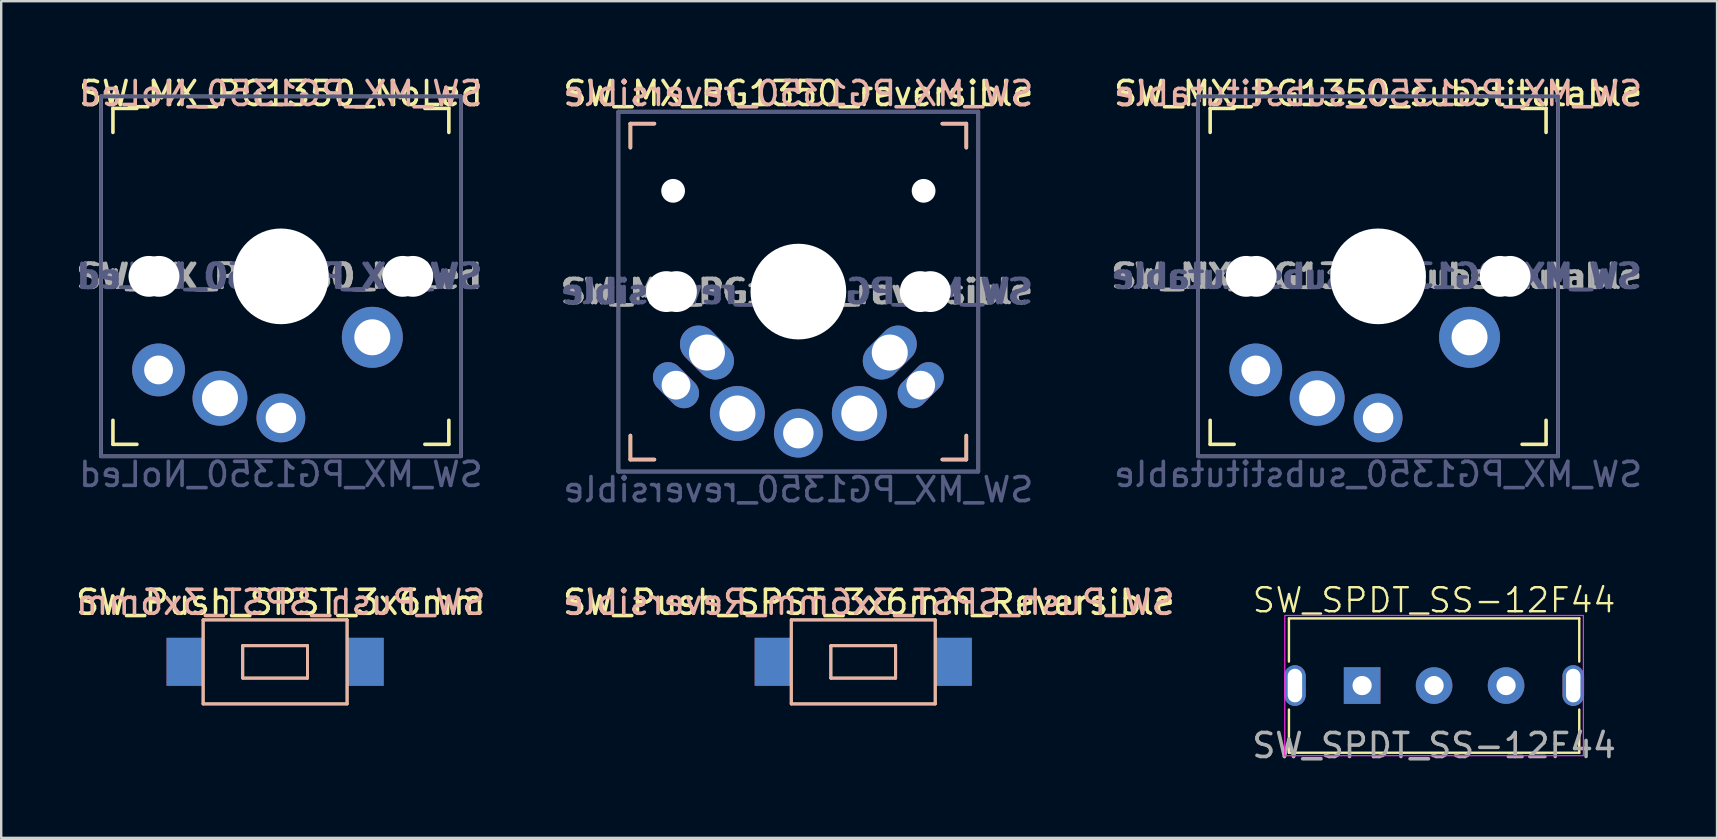
<source format=kicad_pcb>
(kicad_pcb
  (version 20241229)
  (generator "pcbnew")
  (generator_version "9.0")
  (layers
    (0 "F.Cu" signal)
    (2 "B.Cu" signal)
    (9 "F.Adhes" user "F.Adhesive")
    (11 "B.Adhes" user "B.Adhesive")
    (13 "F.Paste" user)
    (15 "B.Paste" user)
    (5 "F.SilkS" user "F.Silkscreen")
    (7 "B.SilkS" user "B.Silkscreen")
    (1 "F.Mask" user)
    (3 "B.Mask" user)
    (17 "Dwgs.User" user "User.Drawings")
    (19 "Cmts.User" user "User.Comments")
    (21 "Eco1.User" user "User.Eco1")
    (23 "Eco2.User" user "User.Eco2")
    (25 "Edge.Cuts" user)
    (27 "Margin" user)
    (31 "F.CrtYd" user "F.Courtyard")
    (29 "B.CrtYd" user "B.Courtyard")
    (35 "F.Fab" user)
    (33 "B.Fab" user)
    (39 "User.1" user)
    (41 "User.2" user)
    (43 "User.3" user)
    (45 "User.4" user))
  (footprint "SW_MX_PG1350_substitutable"
    (layer "F.Cu")
    (at 54.387 8.468)
    (property "Reference" "SW_MX_PG1350_substitutable" (at 0 -7.62 0) (layer "F.SilkS") (effects (font (size 1 1) (thickness 0.15))))
    (property "Value" "SW_MX_PG1350_substitutable" (at 0 8.255 0) (layer "F.Fab") (hide yes) (effects (font (size 1 1) (thickness 0.15))))
    (attr through_hole)
    (fp_line (start -7 -7) (end -6 -7) (stroke (width 0.15) (type solid)) (layer "F.SilkS"))
    (fp_line (start -7 -6) (end -7 -7) (stroke (width 0.15) (type solid)) (layer "F.SilkS"))
    (fp_line (start -7 7) (end -7 6) (stroke (width 0.15) (type solid)) (layer "F.SilkS"))
    (fp_line (start -6 7) (end -7 7) (stroke (width 0.15) (type solid)) (layer "F.SilkS"))
    (fp_line (start 6 -7) (end 7 -7) (stroke (width 0.15) (type solid)) (layer "F.SilkS"))
    (fp_line (start 7 -7) (end 7 -6) (stroke (width 0.15) (type solid)) (layer "F.SilkS"))
    (fp_line (start 7 6) (end 7 7) (stroke (width 0.15) (type solid)) (layer "F.SilkS"))
    (fp_line (start 7 7) (end 6 7) (stroke (width 0.15) (type solid)) (layer "F.SilkS"))
    (fp_rect (start -7.62 3.81) (end -5.08 6.35) (stroke (width 0.1) (type default)) (fill no) (layer "Eco1.User"))
    (fp_rect (start -5.08 2.54) (end 6.35 6.985) (stroke (width 0.1) (type default)) (fill no) (layer "Eco1.User"))
    (fp_rect (start 0.635 0.635) (end 6.35 2.54) (stroke (width 0.1) (type default)) (fill no) (layer "Eco1.User"))
    (fp_rect (start 8.89 1.27) (end 6.35 3.81) (stroke (width 0.1) (type default)) (fill no) (layer "Eco1.User"))
    (fp_line (start -6.9 6.9) (end -6.9 -6.9) (stroke (width 0.15) (type solid)) (layer "Eco2.User"))
    (fp_line (start -6.9 6.9) (end 6.9 6.9) (stroke (width 0.15) (type solid)) (layer "Eco2.User"))
    (fp_line (start 6.9 -6.9) (end -6.9 -6.9) (stroke (width 0.15) (type solid)) (layer "Eco2.User"))
    (fp_line (start 6.9 -6.9) (end 6.9 6.9) (stroke (width 0.15) (type solid)) (layer "Eco2.User"))
    (fp_line (start -7.5 -7.5) (end 7.5 -7.5) (stroke (width 0.15) (type solid)) (layer "B.Fab"))
    (fp_line (start -7.5 7.5) (end -7.5 -7.5) (stroke (width 0.15) (type solid)) (layer "B.Fab"))
    (fp_line (start 7.5 -7.5) (end 7.5 7.5) (stroke (width 0.15) (type solid)) (layer "B.Fab"))
    (fp_line (start 7.5 7.5) (end -7.5 7.5) (stroke (width 0.15) (type solid)) (layer "B.Fab"))
    (fp_line (start -7.5 -7.5) (end 7.5 -7.5) (stroke (width 0.15) (type solid)) (layer "F.Fab"))
    (fp_line (start -7.5 7.5) (end -7.5 -7.5) (stroke (width 0.15) (type solid)) (layer "F.Fab"))
    (fp_line (start 7.5 -7.5) (end 7.5 7.5) (stroke (width 0.15) (type solid)) (layer "F.Fab"))
    (fp_line (start 7.5 7.5) (end -7.5 7.5) (stroke (width 0.15) (type solid)) (layer "F.Fab"))
    (fp_rect (start -9.652 2.54) (end -6.858 5.08) (stroke (width 0.1) (type default)) (fill no) (layer "User.1"))
    (fp_rect (start -7.112 1.524) (end -2.286 6.35) (stroke (width 0.1) (type default)) (fill no) (layer "User.1"))
    (fp_rect (start -2.286 3.556) (end 2.032 8.382) (stroke (width 0.1) (type default)) (fill no) (layer "User.1"))
    (fp_rect (start 2.032 4.572) (end 4.572 7.112) (stroke (width 0.1) (type default)) (fill no) (layer "User.1"))
    (fp_line (start -2.6 -6.3) (end -2.6 -3.1) (stroke (width 0.1) (type default)) (layer "User.4"))
    (fp_line (start -2.6 -6.3) (end 2.6 -6.3) (stroke (width 0.1) (type default)) (layer "User.4"))
    (fp_line (start -2.6 -3.1) (end 2.6 -3.1) (stroke (width 0.1) (type default)) (layer "User.4"))
    (fp_line (start 2.6 -6.3) (end 2.6 -3.1) (stroke (width 0.1) (type default)) (layer "User.4"))
    (fp_text user "${REFERENCE}" (at 0 -7.62 0) (layer "B.SilkS") (effects (font (size 1 1) (thickness 0.15)) (justify mirror)))
    (fp_text user "${REFERENCE}" (at -0.127 0 180) (layer "B.Fab") (effects (font (size 1 1) (thickness 0.15)) (justify mirror)))
    (fp_text user "${VALUE}" (at 0 8.255 0) (layer "B.Fab") (effects (font (size 1 1) (thickness 0.15)) (justify mirror)))
    (fp_text user "${REFERENCE}" (at 0 0 0) (layer "B.Fab") (effects (font (size 1 1) (thickness 0.15)) (justify mirror)))
    (fp_text user "${REFERENCE}" (at -0.127 0 180) (layer "F.Fab") (effects (font (size 1 1) (thickness 0.15))))
    (fp_text user "${REFERENCE}" (at 0 0 0) (layer "F.Fab") (effects (font (size 1 1) (thickness 0.15))))
    (pad "" np_thru_hole circle (at -5.5 0) (size 1.702 1.702) (drill 1.702) (layers "*.Cu" "*.Mask"))
    (pad "" np_thru_hole circle (at -5.08 0 180) (size 1.702 1.702) (drill 1.702) (layers "*.Cu" "*.Mask"))
    (pad "" np_thru_hole circle (at 0 0 180) (size 3.988 3.988) (drill 3.988) (layers "*.Cu" "*.Mask"))
    (pad "" np_thru_hole circle (at 5.08 0 180) (size 1.702 1.702) (drill 1.702) (layers "*.Cu" "*.Mask"))
    (pad "" np_thru_hole circle (at 5.5 0) (size 1.702 1.702) (drill 1.702) (layers "*.Cu" "*.Mask"))
    (pad "1" thru_hole circle (at 0 5.9) (size 2.032 2.032) (drill 1.27) (layers "*.Cu" "*.Mask"))
    (pad "1" thru_hole circle (at 3.81 2.54 225) (size 2.54 2.54) (drill 1.5) (layers "*.Cu" "*.Mask"))
    (pad "2" thru_hole circle (at -5.1 3.9 315) (size 2.2 2.2) (drill 1.2) (layers "*.Cu" "*.Mask"))
    (pad "2" thru_hole circle (at -2.54 5.08 180) (size 2.286 2.286) (drill 1.5) (layers "*.Cu" "*.Mask")))
  (footprint "SW_Push_SPST_3x6mm"
    (layer "F.Cu")
    (at 4.641 24.536)
    (property "Reference" "SW_Push_SPST_3x6mm" (at 4.008 -2.482 180) (layer "F.SilkS") (effects (font (size 1 1) (thickness 0.15))))
    (attr through_hole)
    (fp_line (start 0.775 -1.75) (end 0.775 1.75) (stroke (width 0.12) (type solid)) (layer "F.SilkS"))
    (fp_line (start 0.775 -1.75) (end 6.775 -1.75) (stroke (width 0.12) (type solid)) (layer "F.SilkS"))
    (fp_line (start 0.775 1.75) (end 6.775 1.75) (stroke (width 0.12) (type solid)) (layer "F.SilkS"))
    (fp_line (start 2.425 -0.675) (end 2.425 0.675) (stroke (width 0.12) (type solid)) (layer "F.SilkS"))
    (fp_line (start 2.425 -0.675) (end 5.125 -0.675) (stroke (width 0.12) (type solid)) (layer "F.SilkS"))
    (fp_line (start 2.425 0.675) (end 5.125 0.675) (stroke (width 0.12) (type solid)) (layer "F.SilkS"))
    (fp_line (start 5.125 -0.675) (end 5.125 0.675) (stroke (width 0.12) (type solid)) (layer "F.SilkS"))
    (fp_line (start 6.775 -1.75) (end 6.775 1.75) (stroke (width 0.12) (type solid)) (layer "F.SilkS"))
    (fp_line (start 0.775 -1.75) (end 6.775 -1.75) (stroke (width 0.12) (type solid)) (layer "B.SilkS"))
    (fp_line (start 0.775 1.75) (end 0.775 -1.75) (stroke (width 0.12) (type solid)) (layer "B.SilkS"))
    (fp_line (start 0.775 1.75) (end 6.775 1.75) (stroke (width 0.12) (type solid)) (layer "B.SilkS"))
    (fp_line (start 2.425 -0.675) (end 5.125 -0.675) (stroke (width 0.12) (type solid)) (layer "B.SilkS"))
    (fp_line (start 2.425 0.675) (end 2.425 -0.675) (stroke (width 0.12) (type solid)) (layer "B.SilkS"))
    (fp_line (start 2.425 0.675) (end 5.125 0.675) (stroke (width 0.12) (type solid)) (layer "B.SilkS"))
    (fp_line (start 5.125 0.675) (end 5.125 -0.675) (stroke (width 0.12) (type solid)) (layer "B.SilkS"))
    (fp_line (start 6.775 1.75) (end 6.775 -1.75) (stroke (width 0.12) (type solid)) (layer "B.SilkS"))
    (fp_text user "${REFERENCE}" (at 4.008 -2.482 180) (layer "B.SilkS") (effects (font (size 1 1) (thickness 0.15)) (justify mirror)))
    (pad "1" smd rect (at 0 -0.005) (size 1.5 2) (layers "B.Cu" "B.Mask" "B.Paste"))
    (pad "1" smd rect (at 0 0) (size 1.5 2) (layers "F.Cu" "F.Mask" "F.Paste"))
    (pad "2" smd rect (at 7.55 -0.005) (size 1.5 2) (layers "B.Cu" "B.Mask" "B.Paste"))
    (pad "2" smd rect (at 7.55 0) (size 1.5 2) (layers "F.Cu" "F.Mask" "F.Paste")))
  (footprint "SW_SPDT_SS-12F44"
    (layer "F.Cu")
    (at 56.72 25.523)
    (property "Reference" "SW_SPDT_SS-12F44" (at 0 -3.556 0) (unlocked yes) (layer "F.SilkS") (effects (font (size 1 1) (thickness 0.1))))
    (attr through_hole)
    (fp_line (start -6.05 -2.8) (end -6.05 -1) (stroke (width 0.1) (type default)) (layer "F.SilkS"))
    (fp_line (start -6.05 -2.8) (end 6.05 -2.8) (stroke (width 0.1) (type default)) (layer "F.SilkS"))
    (fp_line (start -6.05 1) (end -6.05 2.8) (stroke (width 0.1) (type default)) (layer "F.SilkS"))
    (fp_line (start -6.05 2.8) (end 6.05 2.8) (stroke (width 0.1) (type default)) (layer "F.SilkS"))
    (fp_line (start 6.05 -2.8) (end 6.05 -1) (stroke (width 0.1) (type default)) (layer "F.SilkS"))
    (fp_line (start 6.05 1) (end 6.05 2.8) (stroke (width 0.1) (type default)) (layer "F.SilkS"))
    (fp_rect (start -6.223 -2.921) (end 6.223 2.921) (stroke (width 0.05) (type default)) (fill no) (layer "F.CrtYd"))
    (fp_text user "${REFERENCE}" (at 0 2.5 0) (unlocked yes) (layer "F.Fab") (effects (font (size 1 1) (thickness 0.15))))
    (pad "" np_thru_hole roundrect (at -5.8 0) (size 0.9 1.7) (drill oval 0.6 1.4) (layers "*.Cu" "*.Mask") (roundrect_rratio 0.5))
    (pad "" np_thru_hole roundrect (at 5.8 0) (size 0.9 1.7) (drill oval 0.6 1.4) (layers "*.Cu" "*.Mask") (roundrect_rratio 0.5))
    (pad "1" thru_hole rect (at -3 0) (size 1.524 1.524) (drill 0.8) (layers "*.Cu" "*.Mask"))
    (pad "2" thru_hole circle (at 0 0) (size 1.524 1.524) (drill 0.8) (layers "*.Cu" "*.Mask"))
    (pad "3" thru_hole circle (at 3 0) (size 1.524 1.524) (drill 0.8) (layers "*.Cu" "*.Mask")))
  (footprint "SW_Push_SPST_3x6mm_Reversible"
    (layer "F.Cu")
    (at 29.153 24.536)
    (property "Reference" "SW_Push_SPST_3x6mm_Reversible" (at 4.008 -2.482 180) (layer "F.SilkS") (effects (font (size 1 1) (thickness 0.15))))
    (attr through_hole)
    (fp_line (start 0.775 -1.75) (end 0.775 1.75) (stroke (width 0.12) (type solid)) (layer "F.SilkS"))
    (fp_line (start 0.775 -1.75) (end 6.775 -1.75) (stroke (width 0.12) (type solid)) (layer "F.SilkS"))
    (fp_line (start 0.775 1.75) (end 6.775 1.75) (stroke (width 0.12) (type solid)) (layer "F.SilkS"))
    (fp_line (start 2.425 -0.675) (end 2.425 0.675) (stroke (width 0.12) (type solid)) (layer "F.SilkS"))
    (fp_line (start 2.425 -0.675) (end 5.125 -0.675) (stroke (width 0.12) (type solid)) (layer "F.SilkS"))
    (fp_line (start 2.425 0.675) (end 5.125 0.675) (stroke (width 0.12) (type solid)) (layer "F.SilkS"))
    (fp_line (start 5.125 -0.675) (end 5.125 0.675) (stroke (width 0.12) (type solid)) (layer "F.SilkS"))
    (fp_line (start 6.775 -1.75) (end 6.775 1.75) (stroke (width 0.12) (type solid)) (layer "F.SilkS"))
    (fp_line (start 0.775 -1.75) (end 6.775 -1.75) (stroke (width 0.12) (type solid)) (layer "B.SilkS"))
    (fp_line (start 0.775 1.75) (end 0.775 -1.75) (stroke (width 0.12) (type solid)) (layer "B.SilkS"))
    (fp_line (start 0.775 1.75) (end 6.775 1.75) (stroke (width 0.12) (type solid)) (layer "B.SilkS"))
    (fp_line (start 2.425 -0.675) (end 5.125 -0.675) (stroke (width 0.12) (type solid)) (layer "B.SilkS"))
    (fp_line (start 2.425 0.675) (end 2.425 -0.675) (stroke (width 0.12) (type solid)) (layer "B.SilkS"))
    (fp_line (start 2.425 0.675) (end 5.125 0.675) (stroke (width 0.12) (type solid)) (layer "B.SilkS"))
    (fp_line (start 5.125 0.675) (end 5.125 -0.675) (stroke (width 0.12) (type solid)) (layer "B.SilkS"))
    (fp_line (start 6.775 1.75) (end 6.775 -1.75) (stroke (width 0.12) (type solid)) (layer "B.SilkS"))
    (fp_text user "${REFERENCE}" (at 4.008 -2.482 180) (layer "B.SilkS") (effects (font (size 1 1) (thickness 0.15)) (justify mirror)))
    (pad "1" smd rect (at 0 -0.005) (size 1.5 2) (layers "B.Cu" "B.Mask" "B.Paste"))
    (pad "1" smd rect (at 0 0) (size 1.5 2) (layers "F.Cu" "F.Mask" "F.Paste"))
    (pad "2" smd rect (at 7.55 -0.005) (size 1.5 2) (layers "B.Cu" "B.Mask" "B.Paste"))
    (pad "2" smd rect (at 7.55 0) (size 1.5 2) (layers "F.Cu" "F.Mask" "F.Paste")))
  (footprint "SW_MX_PG1350_reversible"
    (layer "F.Cu")
    (at 30.224 9.103)
    (property "Reference" "SW_MX_PG1350_reversible" (at 0 -8.255 0) (layer "F.SilkS") (effects (font (size 1 1) (thickness 0.15))))
    (property "Value" "SW_MX_PG1350_reversible" (at 0 8.255 0) (layer "F.Fab") (hide yes) (effects (font (size 1 1) (thickness 0.15))))
    (attr through_hole)
    (fp_line (start -7 -7) (end -6 -7) (stroke (width 0.15) (type solid)) (layer "F.SilkS"))
    (fp_line (start -7 -6) (end -7 -7) (stroke (width 0.15) (type solid)) (layer "F.SilkS"))
    (fp_line (start -7 7) (end -7 6) (stroke (width 0.15) (type solid)) (layer "F.SilkS"))
    (fp_line (start -6 7) (end -7 7) (stroke (width 0.15) (type solid)) (layer "F.SilkS"))
    (fp_line (start 6 -7) (end 7 -7) (stroke (width 0.15) (type solid)) (layer "F.SilkS"))
    (fp_line (start 7 -7) (end 7 -6) (stroke (width 0.15) (type solid)) (layer "F.SilkS"))
    (fp_line (start 7 6) (end 7 7) (stroke (width 0.15) (type solid)) (layer "F.SilkS"))
    (fp_line (start 7 7) (end 6 7) (stroke (width 0.15) (type solid)) (layer "F.SilkS"))
    (fp_line (start -7 -7) (end -6 -7) (stroke (width 0.15) (type solid)) (layer "B.SilkS"))
    (fp_line (start -7 -6) (end -7 -7) (stroke (width 0.15) (type solid)) (layer "B.SilkS"))
    (fp_line (start -7 7) (end -7 6) (stroke (width 0.15) (type solid)) (layer "B.SilkS"))
    (fp_line (start -6 7) (end -7 7) (stroke (width 0.15) (type solid)) (layer "B.SilkS"))
    (fp_line (start 6 -7) (end 7 -7) (stroke (width 0.15) (type solid)) (layer "B.SilkS"))
    (fp_line (start 7 -7) (end 7 -6) (stroke (width 0.15) (type solid)) (layer "B.SilkS"))
    (fp_line (start 7 6) (end 7 7) (stroke (width 0.15) (type solid)) (layer "B.SilkS"))
    (fp_line (start 7 7) (end 6 7) (stroke (width 0.15) (type solid)) (layer "B.SilkS"))
    (fp_line (start -6.9 6.9) (end -6.9 -6.9) (stroke (width 0.15) (type solid)) (layer "Eco2.User"))
    (fp_line (start -6.9 6.9) (end 6.9 6.9) (stroke (width 0.15) (type solid)) (layer "Eco2.User"))
    (fp_line (start -2.6 -3.1) (end -2.6 -6.3) (stroke (width 0.15) (type solid)) (layer "Eco2.User"))
    (fp_line (start -2.6 -3.1) (end 2.6 -3.1) (stroke (width 0.15) (type solid)) (layer "Eco2.User"))
    (fp_line (start 2.6 -6.3) (end -2.6 -6.3) (stroke (width 0.15) (type solid)) (layer "Eco2.User"))
    (fp_line (start 2.6 -3.1) (end 2.6 -6.3) (stroke (width 0.15) (type solid)) (layer "Eco2.User"))
    (fp_line (start 6.9 -6.9) (end -6.9 -6.9) (stroke (width 0.15) (type solid)) (layer "Eco2.User"))
    (fp_line (start 6.9 -6.9) (end 6.9 6.9) (stroke (width 0.15) (type solid)) (layer "Eco2.User"))
    (fp_line (start -7.5 -7.5) (end 7.5 -7.5) (stroke (width 0.15) (type solid)) (layer "B.Fab"))
    (fp_line (start -7.5 7.5) (end -7.5 -7.5) (stroke (width 0.15) (type solid)) (layer "B.Fab"))
    (fp_line (start 7.5 -7.5) (end 7.5 7.5) (stroke (width 0.15) (type solid)) (layer "B.Fab"))
    (fp_line (start 7.5 7.5) (end -7.5 7.5) (stroke (width 0.15) (type solid)) (layer "B.Fab"))
    (fp_line (start -7.5 -7.5) (end 7.5 -7.5) (stroke (width 0.15) (type solid)) (layer "F.Fab"))
    (fp_line (start -7.5 7.5) (end -7.5 -7.5) (stroke (width 0.15) (type solid)) (layer "F.Fab"))
    (fp_line (start 7.5 -7.5) (end 7.5 7.5) (stroke (width 0.15) (type solid)) (layer "F.Fab"))
    (fp_line (start 7.5 7.5) (end -7.5 7.5) (stroke (width 0.15) (type solid)) (layer "F.Fab"))
    (fp_text user "${REFERENCE}" (at 0 -8.255 0) (layer "B.SilkS") (effects (font (size 1 1) (thickness 0.15)) (justify mirror)))
    (fp_text user "${VALUE}" (at 0 8.255 0) (layer "B.Fab") (effects (font (size 1 1) (thickness 0.15)) (justify mirror)))
    (fp_text user "${REFERENCE}" (at 0 0 0) (layer "B.Fab") (effects (font (size 1 1) (thickness 0.15)) (justify mirror)))
    (fp_text user "${REFERENCE}" (at -0.127 0 180) (layer "B.Fab") (effects (font (size 1 1) (thickness 0.15)) (justify mirror)))
    (fp_text user "${REFERENCE}" (at -0.127 0 180) (layer "F.Fab") (effects (font (size 1 1) (thickness 0.15))))
    (fp_text user "${REFERENCE}" (at 0 0 0) (layer "F.Fab") (effects (font (size 1 1) (thickness 0.15))))
    (pad "" np_thru_hole circle (at -5.5 0) (size 1.702 1.702) (drill 1.702) (layers "*.Cu" "*.Mask"))
    (pad "" np_thru_hole circle (at -5.22 -4.2) (size 0.991 0.991) (drill 0.991) (layers "*.Cu" "*.Mask"))
    (pad "" np_thru_hole circle (at -5.08 0 180) (size 1.702 1.702) (drill 1.702) (layers "*.Cu" "*.Mask"))
    (pad "" np_thru_hole circle (at 0 0 180) (size 3.988 3.988) (drill 3.988) (layers "*.Cu" "*.Mask"))
    (pad "" np_thru_hole circle (at 5.08 0 180) (size 1.702 1.702) (drill 1.702) (layers "*.Cu" "*.Mask"))
    (pad "" np_thru_hole circle (at 5.22 -4.2) (size 0.991 0.991) (drill 0.991) (layers "*.Cu" "*.Mask"))
    (pad "" np_thru_hole circle (at 5.5 0) (size 1.702 1.702) (drill 1.702) (layers "*.Cu" "*.Mask"))
    (pad "1" thru_hole circle (at 0 5.9) (size 2.032 2.032) (drill 1.27) (layers "*.Cu" "*.Mask"))
    (pad "1" thru_hole circle (at 2.54 5.08 180) (size 2.286 2.286) (drill 1.499) (layers "*.Cu" "*.Mask"))
    (pad "1" thru_hole oval (at 3.81 2.54 225) (size 2.54 1.55) (drill 1.5) (layers "*.Cu" "*.Mask"))
    (pad "2" thru_hole oval (at -5.1 3.9 315) (size 2.2 1.25) (drill 1.2) (layers "*.Cu" "*.Mask"))
    (pad "2" thru_hole oval (at -3.81 2.54 315) (size 2.54 1.55) (drill 1.5) (layers "*.Cu" "*.Mask"))
    (pad "2" thru_hole circle (at -2.54 5.08 180) (size 2.286 2.286) (drill 1.499) (layers "*.Cu" "*.Mask"))
    (pad "2" thru_hole oval (at 5.1 3.9 225) (size 2.2 1.25) (drill 1.2) (layers "*.Cu" "*.Mask")))
  (footprint "SW_MX_PG1350_NoLed"
    (layer "F.Cu")
    (at 8.657 8.468)
    (property "Reference" "SW_MX_PG1350_NoLed" (at 0 -7.62 0) (layer "F.SilkS") (effects (font (size 1 1) (thickness 0.15))))
    (property "Value" "SW_MX_PG1350_NoLed" (at 0 8.255 0) (layer "F.Fab") (hide yes) (effects (font (size 1 1) (thickness 0.15))))
    (attr through_hole)
    (fp_line (start -7 -7) (end -6 -7) (stroke (width 0.15) (type solid)) (layer "F.SilkS"))
    (fp_line (start -7 -6) (end -7 -7) (stroke (width 0.15) (type solid)) (layer "F.SilkS"))
    (fp_line (start -7 7) (end -7 6) (stroke (width 0.15) (type solid)) (layer "F.SilkS"))
    (fp_line (start -6 7) (end -7 7) (stroke (width 0.15) (type solid)) (layer "F.SilkS"))
    (fp_line (start 6 -7) (end 7 -7) (stroke (width 0.15) (type solid)) (layer "F.SilkS"))
    (fp_line (start 7 -7) (end 7 -6) (stroke (width 0.15) (type solid)) (layer "F.SilkS"))
    (fp_line (start 7 6) (end 7 7) (stroke (width 0.15) (type solid)) (layer "F.SilkS"))
    (fp_line (start 7 7) (end 6 7) (stroke (width 0.15) (type solid)) (layer "F.SilkS"))
    (fp_line (start -6.9 6.9) (end -6.9 -6.9) (stroke (width 0.15) (type solid)) (layer "Eco2.User"))
    (fp_line (start -6.9 6.9) (end 6.9 6.9) (stroke (width 0.15) (type solid)) (layer "Eco2.User"))
    (fp_line (start 6.9 -6.9) (end -6.9 -6.9) (stroke (width 0.15) (type solid)) (layer "Eco2.User"))
    (fp_line (start 6.9 -6.9) (end 6.9 6.9) (stroke (width 0.15) (type solid)) (layer "Eco2.User"))
    (fp_line (start -7.5 -7.5) (end 7.5 -7.5) (stroke (width 0.15) (type solid)) (layer "B.Fab"))
    (fp_line (start -7.5 7.5) (end -7.5 -7.5) (stroke (width 0.15) (type solid)) (layer "B.Fab"))
    (fp_line (start 7.5 -7.5) (end 7.5 7.5) (stroke (width 0.15) (type solid)) (layer "B.Fab"))
    (fp_line (start 7.5 7.5) (end -7.5 7.5) (stroke (width 0.15) (type solid)) (layer "B.Fab"))
    (fp_line (start -7.5 -7.5) (end 7.5 -7.5) (stroke (width 0.15) (type solid)) (layer "F.Fab"))
    (fp_line (start -7.5 7.5) (end -7.5 -7.5) (stroke (width 0.15) (type solid)) (layer "F.Fab"))
    (fp_line (start 7.5 -7.5) (end 7.5 7.5) (stroke (width 0.15) (type solid)) (layer "F.Fab"))
    (fp_line (start 7.5 7.5) (end -7.5 7.5) (stroke (width 0.15) (type solid)) (layer "F.Fab"))
    (fp_text user "${REFERENCE}" (at 0 -7.62 0) (layer "B.SilkS") (effects (font (size 1 1) (thickness 0.15)) (justify mirror)))
    (fp_text user "${VALUE}" (at 0 8.255 0) (layer "B.Fab") (effects (font (size 1 1) (thickness 0.15)) (justify mirror)))
    (fp_text user "${REFERENCE}" (at -0.127 0 180) (layer "B.Fab") (effects (font (size 1 1) (thickness 0.15)) (justify mirror)))
    (fp_text user "${REFERENCE}" (at 0 0 0) (layer "B.Fab") (effects (font (size 1 1) (thickness 0.15)) (justify mirror)))
    (fp_text user "${REFERENCE}" (at 0 0 0) (layer "F.Fab") (effects (font (size 1 1) (thickness 0.15))))
    (fp_text user "${REFERENCE}" (at -0.127 0 180) (layer "F.Fab") (effects (font (size 1 1) (thickness 0.15))))
    (pad "" np_thru_hole circle (at -5.5 0) (size 1.702 1.702) (drill 1.702) (layers "*.Cu" "*.Mask"))
    (pad "" np_thru_hole circle (at -5.08 0 180) (size 1.702 1.702) (drill 1.702) (layers "*.Cu" "*.Mask"))
    (pad "" np_thru_hole circle (at 0 0 180) (size 3.988 3.988) (drill 3.988) (layers "*.Cu" "*.Mask"))
    (pad "" np_thru_hole circle (at 5.08 0 180) (size 1.702 1.702) (drill 1.702) (layers "*.Cu" "*.Mask"))
    (pad "" np_thru_hole circle (at 5.5 0) (size 1.702 1.702) (drill 1.702) (layers "*.Cu" "*.Mask"))
    (pad "1" thru_hole circle (at 0 5.9) (size 2.032 2.032) (drill 1.27) (layers "*.Cu" "*.Mask"))
    (pad "1" thru_hole circle (at 3.81 2.54 225) (size 2.54 2.54) (drill 1.5) (layers "*.Cu" "*.Mask"))
    (pad "2" thru_hole circle (at -5.1 3.9 315) (size 2.2 2.2) (drill 1.2) (layers "*.Cu" "*.Mask"))
    (pad "2" thru_hole circle (at -2.54 5.08 180) (size 2.286 2.286) (drill 1.5) (layers "*.Cu" "*.Mask")))
  (gr_rect
    (start -3 -3)
    (end 68.512 31.871)
    (stroke (width 0.1) (type default))
    (fill no)
    (layer "Edge.Cuts")))
</source>
